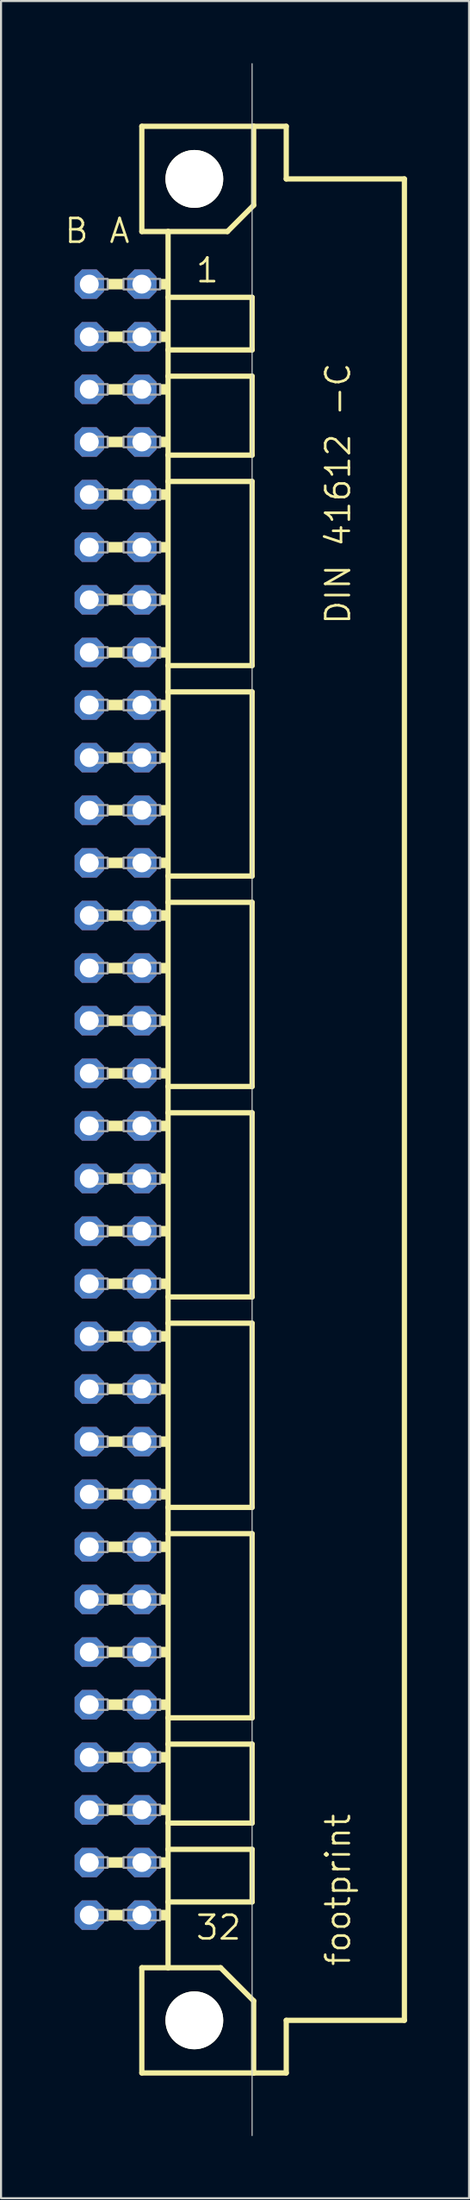
<source format=kicad_pcb>
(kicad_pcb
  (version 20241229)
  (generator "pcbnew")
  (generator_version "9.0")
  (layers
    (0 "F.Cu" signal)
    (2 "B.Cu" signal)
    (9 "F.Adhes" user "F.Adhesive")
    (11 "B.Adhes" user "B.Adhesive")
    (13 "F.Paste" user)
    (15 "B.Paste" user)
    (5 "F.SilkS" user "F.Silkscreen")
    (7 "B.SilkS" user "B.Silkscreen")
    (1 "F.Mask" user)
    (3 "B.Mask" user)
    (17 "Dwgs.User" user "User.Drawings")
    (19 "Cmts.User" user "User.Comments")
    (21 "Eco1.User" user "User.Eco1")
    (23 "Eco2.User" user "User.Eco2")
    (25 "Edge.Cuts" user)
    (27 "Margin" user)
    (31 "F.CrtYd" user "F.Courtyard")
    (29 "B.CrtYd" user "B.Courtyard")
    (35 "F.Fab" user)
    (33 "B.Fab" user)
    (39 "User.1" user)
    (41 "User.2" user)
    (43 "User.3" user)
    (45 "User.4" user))
  (footprint "footprint"
    (layer "F.Cu")
    (at 6.35 50.038)
    (property "Reference" "footprint" (at 7.62 41.91 90) (layer "F.SilkS") (effects (font (size 1.143 1.143) (thickness 0.127)) (justify left bottom)))
    (fp_line (start -2.54 -46.99) (end -2.54 -41.91) (stroke (width 0.254) (type solid)) (layer "F.SilkS"))
    (fp_line (start -2.54 -41.91) (end -1.27 -41.91) (stroke (width 0.254) (type solid)) (layer "F.SilkS"))
    (fp_line (start -2.54 41.91) (end -2.54 46.99) (stroke (width 0.254) (type solid)) (layer "F.SilkS"))
    (fp_line (start -2.54 41.91) (end -1.27 41.91) (stroke (width 0.254) (type solid)) (layer "F.SilkS"))
    (fp_line (start -2.54 46.99) (end 2.87 46.99) (stroke (width 0.254) (type solid)) (layer "F.SilkS"))
    (fp_line (start -1.27 -41.91) (end -1.27 -38.735) (stroke (width 0.254) (type solid)) (layer "F.SilkS"))
    (fp_line (start -1.27 -41.91) (end 1.6 -41.91) (stroke (width 0.254) (type solid)) (layer "F.SilkS"))
    (fp_line (start -1.27 -38.735) (end -1.27 -36.195) (stroke (width 0.254) (type solid)) (layer "F.SilkS"))
    (fp_line (start -1.27 -36.195) (end -1.27 -34.925) (stroke (width 0.254) (type solid)) (layer "F.SilkS"))
    (fp_line (start -1.27 -34.925) (end -1.27 -31.115) (stroke (width 0.254) (type solid)) (layer "F.SilkS"))
    (fp_line (start -1.27 -31.115) (end -1.27 -29.845) (stroke (width 0.254) (type solid)) (layer "F.SilkS"))
    (fp_line (start -1.27 -29.845) (end -1.27 -20.955) (stroke (width 0.254) (type solid)) (layer "F.SilkS"))
    (fp_line (start -1.27 -20.955) (end -1.27 -19.685) (stroke (width 0.254) (type solid)) (layer "F.SilkS"))
    (fp_line (start -1.27 -19.685) (end -1.27 -10.795) (stroke (width 0.254) (type solid)) (layer "F.SilkS"))
    (fp_line (start -1.27 -10.795) (end -1.27 -9.525) (stroke (width 0.254) (type solid)) (layer "F.SilkS"))
    (fp_line (start -1.27 -9.525) (end -1.27 -0.635) (stroke (width 0.254) (type solid)) (layer "F.SilkS"))
    (fp_line (start -1.27 -0.635) (end -1.27 0.635) (stroke (width 0.254) (type solid)) (layer "F.SilkS"))
    (fp_line (start -1.27 0.635) (end -1.27 9.525) (stroke (width 0.254) (type solid)) (layer "F.SilkS"))
    (fp_line (start -1.27 9.525) (end -1.27 10.795) (stroke (width 0.254) (type solid)) (layer "F.SilkS"))
    (fp_line (start -1.27 10.795) (end -1.27 19.685) (stroke (width 0.254) (type solid)) (layer "F.SilkS"))
    (fp_line (start -1.27 19.685) (end -1.27 20.955) (stroke (width 0.254) (type solid)) (layer "F.SilkS"))
    (fp_line (start -1.27 20.955) (end -1.27 29.845) (stroke (width 0.254) (type solid)) (layer "F.SilkS"))
    (fp_line (start -1.27 29.845) (end -1.27 31.115) (stroke (width 0.254) (type solid)) (layer "F.SilkS"))
    (fp_line (start -1.27 31.115) (end -1.27 34.925) (stroke (width 0.254) (type solid)) (layer "F.SilkS"))
    (fp_line (start -1.27 34.925) (end -1.27 36.195) (stroke (width 0.254) (type solid)) (layer "F.SilkS"))
    (fp_line (start -1.27 36.195) (end -1.27 38.735) (stroke (width 0.254) (type solid)) (layer "F.SilkS"))
    (fp_line (start -1.27 38.735) (end -1.27 41.91) (stroke (width 0.254) (type solid)) (layer "F.SilkS"))
    (fp_line (start -1.27 41.91) (end 1.27 41.91) (stroke (width 0.254) (type solid)) (layer "F.SilkS"))
    (fp_line (start 1.6 -41.91) (end 2.87 -43.18) (stroke (width 0.254) (type solid)) (layer "F.SilkS"))
    (fp_line (start 2.794 -38.735) (end -1.27 -38.735) (stroke (width 0.254) (type solid)) (layer "F.SilkS"))
    (fp_line (start 2.794 -38.735) (end 2.794 -36.195) (stroke (width 0.254) (type solid)) (layer "F.SilkS"))
    (fp_line (start 2.794 -36.195) (end -1.27 -36.195) (stroke (width 0.254) (type solid)) (layer "F.SilkS"))
    (fp_line (start 2.794 -34.925) (end -1.27 -34.925) (stroke (width 0.254) (type solid)) (layer "F.SilkS"))
    (fp_line (start 2.794 -34.925) (end 2.794 -31.115) (stroke (width 0.254) (type solid)) (layer "F.SilkS"))
    (fp_line (start 2.794 -31.115) (end -1.27 -31.115) (stroke (width 0.254) (type solid)) (layer "F.SilkS"))
    (fp_line (start 2.794 -29.845) (end -1.27 -29.845) (stroke (width 0.254) (type solid)) (layer "F.SilkS"))
    (fp_line (start 2.794 -29.845) (end 2.794 -20.955) (stroke (width 0.254) (type solid)) (layer "F.SilkS"))
    (fp_line (start 2.794 -20.955) (end -1.27 -20.955) (stroke (width 0.254) (type solid)) (layer "F.SilkS"))
    (fp_line (start 2.794 -19.685) (end -1.27 -19.685) (stroke (width 0.254) (type solid)) (layer "F.SilkS"))
    (fp_line (start 2.794 -19.685) (end 2.794 -10.795) (stroke (width 0.254) (type solid)) (layer "F.SilkS"))
    (fp_line (start 2.794 -10.795) (end -1.27 -10.795) (stroke (width 0.254) (type solid)) (layer "F.SilkS"))
    (fp_line (start 2.794 -9.525) (end -1.27 -9.525) (stroke (width 0.254) (type solid)) (layer "F.SilkS"))
    (fp_line (start 2.794 -9.525) (end 2.794 -0.635) (stroke (width 0.254) (type solid)) (layer "F.SilkS"))
    (fp_line (start 2.794 -0.635) (end -1.27 -0.635) (stroke (width 0.254) (type solid)) (layer "F.SilkS"))
    (fp_line (start 2.794 0.635) (end -1.27 0.635) (stroke (width 0.254) (type solid)) (layer "F.SilkS"))
    (fp_line (start 2.794 0.635) (end 2.794 9.525) (stroke (width 0.254) (type solid)) (layer "F.SilkS"))
    (fp_line (start 2.794 9.525) (end -1.27 9.525) (stroke (width 0.254) (type solid)) (layer "F.SilkS"))
    (fp_line (start 2.794 10.795) (end -1.27 10.795) (stroke (width 0.254) (type solid)) (layer "F.SilkS"))
    (fp_line (start 2.794 10.795) (end 2.794 19.685) (stroke (width 0.254) (type solid)) (layer "F.SilkS"))
    (fp_line (start 2.794 19.685) (end -1.27 19.685) (stroke (width 0.254) (type solid)) (layer "F.SilkS"))
    (fp_line (start 2.794 20.955) (end -1.27 20.955) (stroke (width 0.254) (type solid)) (layer "F.SilkS"))
    (fp_line (start 2.794 20.955) (end 2.794 29.845) (stroke (width 0.254) (type solid)) (layer "F.SilkS"))
    (fp_line (start 2.794 29.845) (end -1.27 29.845) (stroke (width 0.254) (type solid)) (layer "F.SilkS"))
    (fp_line (start 2.794 31.115) (end -1.27 31.115) (stroke (width 0.254) (type solid)) (layer "F.SilkS"))
    (fp_line (start 2.794 31.115) (end 2.794 34.925) (stroke (width 0.254) (type solid)) (layer "F.SilkS"))
    (fp_line (start 2.794 34.925) (end -1.27 34.925) (stroke (width 0.254) (type solid)) (layer "F.SilkS"))
    (fp_line (start 2.794 36.195) (end -1.27 36.195) (stroke (width 0.254) (type solid)) (layer "F.SilkS"))
    (fp_line (start 2.794 36.195) (end 2.794 38.735) (stroke (width 0.254) (type solid)) (layer "F.SilkS"))
    (fp_line (start 2.794 38.735) (end -1.27 38.735) (stroke (width 0.254) (type solid)) (layer "F.SilkS"))
    (fp_line (start 2.87 -46.99) (end -2.54 -46.99) (stroke (width 0.254) (type solid)) (layer "F.SilkS"))
    (fp_line (start 2.87 -43.18) (end 2.87 -46.99) (stroke (width 0.254) (type solid)) (layer "F.SilkS"))
    (fp_line (start 2.87 43.51) (end 1.27 41.91) (stroke (width 0.254) (type solid)) (layer "F.SilkS"))
    (fp_line (start 2.87 43.51) (end 2.87 46.99) (stroke (width 0.254) (type solid)) (layer "F.SilkS"))
    (fp_line (start 2.87 46.99) (end 4.445 46.99) (stroke (width 0.254) (type solid)) (layer "F.SilkS"))
    (fp_line (start 4.445 -46.99) (end 2.87 -46.99) (stroke (width 0.254) (type solid)) (layer "F.SilkS"))
    (fp_line (start 4.445 -44.45) (end 4.445 -46.99) (stroke (width 0.254) (type solid)) (layer "F.SilkS"))
    (fp_line (start 4.445 44.45) (end 10.16 44.45) (stroke (width 0.254) (type solid)) (layer "F.SilkS"))
    (fp_line (start 4.445 46.99) (end 4.445 44.45) (stroke (width 0.254) (type solid)) (layer "F.SilkS"))
    (fp_line (start 10.16 -44.45) (end 4.445 -44.45) (stroke (width 0.254) (type solid)) (layer "F.SilkS"))
    (fp_line (start 10.16 44.45) (end 10.16 -44.45) (stroke (width 0.254) (type solid)) (layer "F.SilkS"))
    (fp_circle (center 0 -44.45) (end 1.27 -44.45) (stroke (width 0.254) (type solid)) (fill no) (layer "F.SilkS"))
    (fp_circle (center 0 44.45) (end 1.27 44.45) (stroke (width 0.254) (type solid)) (fill no) (layer "F.SilkS"))
    (fp_poly (pts (xy -4.191 -39.116) (xy -3.429 -39.116) (xy -3.429 -39.624) (xy -4.191 -39.624)) (stroke (width 0) (type solid)) (fill yes) (layer "F.SilkS"))
    (fp_poly (pts (xy -4.191 -36.576) (xy -3.429 -36.576) (xy -3.429 -37.084) (xy -4.191 -37.084)) (stroke (width 0) (type solid)) (fill yes) (layer "F.SilkS"))
    (fp_poly (pts (xy -4.191 -34.036) (xy -3.429 -34.036) (xy -3.429 -34.544) (xy -4.191 -34.544)) (stroke (width 0) (type solid)) (fill yes) (layer "F.SilkS"))
    (fp_poly (pts (xy -4.191 -31.496) (xy -3.429 -31.496) (xy -3.429 -32.004) (xy -4.191 -32.004)) (stroke (width 0) (type solid)) (fill yes) (layer "F.SilkS"))
    (fp_poly (pts (xy -4.191 -28.956) (xy -3.429 -28.956) (xy -3.429 -29.464) (xy -4.191 -29.464)) (stroke (width 0) (type solid)) (fill yes) (layer "F.SilkS"))
    (fp_poly (pts (xy -4.191 -26.416) (xy -3.429 -26.416) (xy -3.429 -26.924) (xy -4.191 -26.924)) (stroke (width 0) (type solid)) (fill yes) (layer "F.SilkS"))
    (fp_poly (pts (xy -4.191 -23.876) (xy -3.429 -23.876) (xy -3.429 -24.384) (xy -4.191 -24.384)) (stroke (width 0) (type solid)) (fill yes) (layer "F.SilkS"))
    (fp_poly (pts (xy -4.191 -21.336) (xy -3.429 -21.336) (xy -3.429 -21.844) (xy -4.191 -21.844)) (stroke (width 0) (type solid)) (fill yes) (layer "F.SilkS"))
    (fp_poly (pts (xy -4.191 -18.796) (xy -3.429 -18.796) (xy -3.429 -19.304) (xy -4.191 -19.304)) (stroke (width 0) (type solid)) (fill yes) (layer "F.SilkS"))
    (fp_poly (pts (xy -4.191 -16.256) (xy -3.429 -16.256) (xy -3.429 -16.764) (xy -4.191 -16.764)) (stroke (width 0) (type solid)) (fill yes) (layer "F.SilkS"))
    (fp_poly (pts (xy -4.191 -13.716) (xy -3.429 -13.716) (xy -3.429 -14.224) (xy -4.191 -14.224)) (stroke (width 0) (type solid)) (fill yes) (layer "F.SilkS"))
    (fp_poly (pts (xy -4.191 -11.176) (xy -3.429 -11.176) (xy -3.429 -11.684) (xy -4.191 -11.684)) (stroke (width 0) (type solid)) (fill yes) (layer "F.SilkS"))
    (fp_poly (pts (xy -4.191 -8.636) (xy -3.429 -8.636) (xy -3.429 -9.144) (xy -4.191 -9.144)) (stroke (width 0) (type solid)) (fill yes) (layer "F.SilkS"))
    (fp_poly (pts (xy -4.191 -6.096) (xy -3.429 -6.096) (xy -3.429 -6.604) (xy -4.191 -6.604)) (stroke (width 0) (type solid)) (fill yes) (layer "F.SilkS"))
    (fp_poly (pts (xy -4.191 -3.556) (xy -3.429 -3.556) (xy -3.429 -4.064) (xy -4.191 -4.064)) (stroke (width 0) (type solid)) (fill yes) (layer "F.SilkS"))
    (fp_poly (pts (xy -4.191 -1.016) (xy -3.429 -1.016) (xy -3.429 -1.524) (xy -4.191 -1.524)) (stroke (width 0) (type solid)) (fill yes) (layer "F.SilkS"))
    (fp_poly (pts (xy -4.191 1.524) (xy -3.429 1.524) (xy -3.429 1.016) (xy -4.191 1.016)) (stroke (width 0) (type solid)) (fill yes) (layer "F.SilkS"))
    (fp_poly (pts (xy -4.191 4.064) (xy -3.429 4.064) (xy -3.429 3.556) (xy -4.191 3.556)) (stroke (width 0) (type solid)) (fill yes) (layer "F.SilkS"))
    (fp_poly (pts (xy -4.191 6.604) (xy -3.429 6.604) (xy -3.429 6.096) (xy -4.191 6.096)) (stroke (width 0) (type solid)) (fill yes) (layer "F.SilkS"))
    (fp_poly (pts (xy -4.191 9.144) (xy -3.429 9.144) (xy -3.429 8.636) (xy -4.191 8.636)) (stroke (width 0) (type solid)) (fill yes) (layer "F.SilkS"))
    (fp_poly (pts (xy -4.191 11.684) (xy -3.429 11.684) (xy -3.429 11.176) (xy -4.191 11.176)) (stroke (width 0) (type solid)) (fill yes) (layer "F.SilkS"))
    (fp_poly (pts (xy -4.191 14.224) (xy -3.429 14.224) (xy -3.429 13.716) (xy -4.191 13.716)) (stroke (width 0) (type solid)) (fill yes) (layer "F.SilkS"))
    (fp_poly (pts (xy -4.191 16.764) (xy -3.429 16.764) (xy -3.429 16.256) (xy -4.191 16.256)) (stroke (width 0) (type solid)) (fill yes) (layer "F.SilkS"))
    (fp_poly (pts (xy -4.191 19.304) (xy -3.429 19.304) (xy -3.429 18.796) (xy -4.191 18.796)) (stroke (width 0) (type solid)) (fill yes) (layer "F.SilkS"))
    (fp_poly (pts (xy -4.191 21.844) (xy -3.429 21.844) (xy -3.429 21.336) (xy -4.191 21.336)) (stroke (width 0) (type solid)) (fill yes) (layer "F.SilkS"))
    (fp_poly (pts (xy -4.191 24.384) (xy -3.429 24.384) (xy -3.429 23.876) (xy -4.191 23.876)) (stroke (width 0) (type solid)) (fill yes) (layer "F.SilkS"))
    (fp_poly (pts (xy -4.191 26.924) (xy -3.429 26.924) (xy -3.429 26.416) (xy -4.191 26.416)) (stroke (width 0) (type solid)) (fill yes) (layer "F.SilkS"))
    (fp_poly (pts (xy -4.191 29.464) (xy -3.429 29.464) (xy -3.429 28.956) (xy -4.191 28.956)) (stroke (width 0) (type solid)) (fill yes) (layer "F.SilkS"))
    (fp_poly (pts (xy -4.191 32.004) (xy -3.429 32.004) (xy -3.429 31.496) (xy -4.191 31.496)) (stroke (width 0) (type solid)) (fill yes) (layer "F.SilkS"))
    (fp_poly (pts (xy -4.191 34.544) (xy -3.429 34.544) (xy -3.429 34.036) (xy -4.191 34.036)) (stroke (width 0) (type solid)) (fill yes) (layer "F.SilkS"))
    (fp_poly (pts (xy -4.191 37.084) (xy -3.429 37.084) (xy -3.429 36.576) (xy -4.191 36.576)) (stroke (width 0) (type solid)) (fill yes) (layer "F.SilkS"))
    (fp_poly (pts (xy -4.191 39.624) (xy -3.429 39.624) (xy -3.429 39.116) (xy -4.191 39.116)) (stroke (width 0) (type solid)) (fill yes) (layer "F.SilkS"))
    (fp_poly (pts (xy -1.651 -39.116) (xy -1.27 -39.116) (xy -1.27 -39.624) (xy -1.651 -39.624)) (stroke (width 0) (type solid)) (fill yes) (layer "F.SilkS"))
    (fp_poly (pts (xy -1.651 -36.576) (xy -1.27 -36.576) (xy -1.27 -37.084) (xy -1.651 -37.084)) (stroke (width 0) (type solid)) (fill yes) (layer "F.SilkS"))
    (fp_poly (pts (xy -1.651 -34.036) (xy -1.27 -34.036) (xy -1.27 -34.544) (xy -1.651 -34.544)) (stroke (width 0) (type solid)) (fill yes) (layer "F.SilkS"))
    (fp_poly (pts (xy -1.651 -31.496) (xy -1.27 -31.496) (xy -1.27 -32.004) (xy -1.651 -32.004)) (stroke (width 0) (type solid)) (fill yes) (layer "F.SilkS"))
    (fp_poly (pts (xy -1.651 -28.956) (xy -1.27 -28.956) (xy -1.27 -29.464) (xy -1.651 -29.464)) (stroke (width 0) (type solid)) (fill yes) (layer "F.SilkS"))
    (fp_poly (pts (xy -1.651 -26.416) (xy -1.27 -26.416) (xy -1.27 -26.924) (xy -1.651 -26.924)) (stroke (width 0) (type solid)) (fill yes) (layer "F.SilkS"))
    (fp_poly (pts (xy -1.651 -23.876) (xy -1.27 -23.876) (xy -1.27 -24.384) (xy -1.651 -24.384)) (stroke (width 0) (type solid)) (fill yes) (layer "F.SilkS"))
    (fp_poly (pts (xy -1.651 -21.336) (xy -1.27 -21.336) (xy -1.27 -21.844) (xy -1.651 -21.844)) (stroke (width 0) (type solid)) (fill yes) (layer "F.SilkS"))
    (fp_poly (pts (xy -1.651 -18.796) (xy -1.27 -18.796) (xy -1.27 -19.304) (xy -1.651 -19.304)) (stroke (width 0) (type solid)) (fill yes) (layer "F.SilkS"))
    (fp_poly (pts (xy -1.651 -16.256) (xy -1.27 -16.256) (xy -1.27 -16.764) (xy -1.651 -16.764)) (stroke (width 0) (type solid)) (fill yes) (layer "F.SilkS"))
    (fp_poly (pts (xy -1.651 -13.716) (xy -1.27 -13.716) (xy -1.27 -14.224) (xy -1.651 -14.224)) (stroke (width 0) (type solid)) (fill yes) (layer "F.SilkS"))
    (fp_poly (pts (xy -1.651 -11.176) (xy -1.27 -11.176) (xy -1.27 -11.684) (xy -1.651 -11.684)) (stroke (width 0) (type solid)) (fill yes) (layer "F.SilkS"))
    (fp_poly (pts (xy -1.651 -8.636) (xy -1.27 -8.636) (xy -1.27 -9.144) (xy -1.651 -9.144)) (stroke (width 0) (type solid)) (fill yes) (layer "F.SilkS"))
    (fp_poly (pts (xy -1.651 -6.096) (xy -1.27 -6.096) (xy -1.27 -6.604) (xy -1.651 -6.604)) (stroke (width 0) (type solid)) (fill yes) (layer "F.SilkS"))
    (fp_poly (pts (xy -1.651 -3.556) (xy -1.27 -3.556) (xy -1.27 -4.064) (xy -1.651 -4.064)) (stroke (width 0) (type solid)) (fill yes) (layer "F.SilkS"))
    (fp_poly (pts (xy -1.651 -1.016) (xy -1.27 -1.016) (xy -1.27 -1.524) (xy -1.651 -1.524)) (stroke (width 0) (type solid)) (fill yes) (layer "F.SilkS"))
    (fp_poly (pts (xy -1.651 1.524) (xy -1.27 1.524) (xy -1.27 1.016) (xy -1.651 1.016)) (stroke (width 0) (type solid)) (fill yes) (layer "F.SilkS"))
    (fp_poly (pts (xy -1.651 4.064) (xy -1.27 4.064) (xy -1.27 3.556) (xy -1.651 3.556)) (stroke (width 0) (type solid)) (fill yes) (layer "F.SilkS"))
    (fp_poly (pts (xy -1.651 6.604) (xy -1.27 6.604) (xy -1.27 6.096) (xy -1.651 6.096)) (stroke (width 0) (type solid)) (fill yes) (layer "F.SilkS"))
    (fp_poly (pts (xy -1.651 9.144) (xy -1.27 9.144) (xy -1.27 8.636) (xy -1.651 8.636)) (stroke (width 0) (type solid)) (fill yes) (layer "F.SilkS"))
    (fp_poly (pts (xy -1.651 11.684) (xy -1.27 11.684) (xy -1.27 11.176) (xy -1.651 11.176)) (stroke (width 0) (type solid)) (fill yes) (layer "F.SilkS"))
    (fp_poly (pts (xy -1.651 14.224) (xy -1.27 14.224) (xy -1.27 13.716) (xy -1.651 13.716)) (stroke (width 0) (type solid)) (fill yes) (layer "F.SilkS"))
    (fp_poly (pts (xy -1.651 16.764) (xy -1.27 16.764) (xy -1.27 16.256) (xy -1.651 16.256)) (stroke (width 0) (type solid)) (fill yes) (layer "F.SilkS"))
    (fp_poly (pts (xy -1.651 19.304) (xy -1.27 19.304) (xy -1.27 18.796) (xy -1.651 18.796)) (stroke (width 0) (type solid)) (fill yes) (layer "F.SilkS"))
    (fp_poly (pts (xy -1.651 21.844) (xy -1.27 21.844) (xy -1.27 21.336) (xy -1.651 21.336)) (stroke (width 0) (type solid)) (fill yes) (layer "F.SilkS"))
    (fp_poly (pts (xy -1.651 24.384) (xy -1.27 24.384) (xy -1.27 23.876) (xy -1.651 23.876)) (stroke (width 0) (type solid)) (fill yes) (layer "F.SilkS"))
    (fp_poly (pts (xy -1.651 26.924) (xy -1.27 26.924) (xy -1.27 26.416) (xy -1.651 26.416)) (stroke (width 0) (type solid)) (fill yes) (layer "F.SilkS"))
    (fp_poly (pts (xy -1.651 29.464) (xy -1.27 29.464) (xy -1.27 28.956) (xy -1.651 28.956)) (stroke (width 0) (type solid)) (fill yes) (layer "F.SilkS"))
    (fp_poly (pts (xy -1.651 32.004) (xy -1.27 32.004) (xy -1.27 31.496) (xy -1.651 31.496)) (stroke (width 0) (type solid)) (fill yes) (layer "F.SilkS"))
    (fp_poly (pts (xy -1.651 34.544) (xy -1.27 34.544) (xy -1.27 34.036) (xy -1.651 34.036)) (stroke (width 0) (type solid)) (fill yes) (layer "F.SilkS"))
    (fp_poly (pts (xy -1.651 37.084) (xy -1.27 37.084) (xy -1.27 36.576) (xy -1.651 36.576)) (stroke (width 0) (type solid)) (fill yes) (layer "F.SilkS"))
    (fp_poly (pts (xy -1.651 39.624) (xy -1.27 39.624) (xy -1.27 39.116) (xy -1.651 39.116)) (stroke (width 0) (type solid)) (fill yes) (layer "F.SilkS"))
    (fp_line (start 2.794 50.013) (end 2.794 -50.013) (stroke (width 0.05) (type solid)) (layer "Edge.Cuts"))
    (fp_poly (pts (xy -5.334 -39.116) (xy -4.191 -39.116) (xy -4.191 -39.624) (xy -5.334 -39.624)) (stroke (width 0.1) (type solid)) (fill no) (layer "F.Fab"))
    (fp_poly (pts (xy -5.334 -36.576) (xy -4.191 -36.576) (xy -4.191 -37.084) (xy -5.334 -37.084)) (stroke (width 0.1) (type solid)) (fill no) (layer "F.Fab"))
    (fp_poly (pts (xy -5.334 -34.036) (xy -4.191 -34.036) (xy -4.191 -34.544) (xy -5.334 -34.544)) (stroke (width 0.1) (type solid)) (fill no) (layer "F.Fab"))
    (fp_poly (pts (xy -5.334 -31.496) (xy -4.191 -31.496) (xy -4.191 -32.004) (xy -5.334 -32.004)) (stroke (width 0.1) (type solid)) (fill no) (layer "F.Fab"))
    (fp_poly (pts (xy -5.334 -28.956) (xy -4.191 -28.956) (xy -4.191 -29.464) (xy -5.334 -29.464)) (stroke (width 0.1) (type solid)) (fill no) (layer "F.Fab"))
    (fp_poly (pts (xy -5.334 -26.416) (xy -4.191 -26.416) (xy -4.191 -26.924) (xy -5.334 -26.924)) (stroke (width 0.1) (type solid)) (fill no) (layer "F.Fab"))
    (fp_poly (pts (xy -5.334 -23.876) (xy -4.191 -23.876) (xy -4.191 -24.384) (xy -5.334 -24.384)) (stroke (width 0.1) (type solid)) (fill no) (layer "F.Fab"))
    (fp_poly (pts (xy -5.334 -21.336) (xy -4.191 -21.336) (xy -4.191 -21.844) (xy -5.334 -21.844)) (stroke (width 0.1) (type solid)) (fill no) (layer "F.Fab"))
    (fp_poly (pts (xy -5.334 -18.796) (xy -4.191 -18.796) (xy -4.191 -19.304) (xy -5.334 -19.304)) (stroke (width 0.1) (type solid)) (fill no) (layer "F.Fab"))
    (fp_poly (pts (xy -5.334 -16.256) (xy -4.191 -16.256) (xy -4.191 -16.764) (xy -5.334 -16.764)) (stroke (width 0.1) (type solid)) (fill no) (layer "F.Fab"))
    (fp_poly (pts (xy -5.334 -13.716) (xy -4.191 -13.716) (xy -4.191 -14.224) (xy -5.334 -14.224)) (stroke (width 0.1) (type solid)) (fill no) (layer "F.Fab"))
    (fp_poly (pts (xy -5.334 -11.176) (xy -4.191 -11.176) (xy -4.191 -11.684) (xy -5.334 -11.684)) (stroke (width 0.1) (type solid)) (fill no) (layer "F.Fab"))
    (fp_poly (pts (xy -5.334 -8.636) (xy -4.191 -8.636) (xy -4.191 -9.144) (xy -5.334 -9.144)) (stroke (width 0.1) (type solid)) (fill no) (layer "F.Fab"))
    (fp_poly (pts (xy -5.334 -6.096) (xy -4.191 -6.096) (xy -4.191 -6.604) (xy -5.334 -6.604)) (stroke (width 0.1) (type solid)) (fill no) (layer "F.Fab"))
    (fp_poly (pts (xy -5.334 -3.556) (xy -4.191 -3.556) (xy -4.191 -4.064) (xy -5.334 -4.064)) (stroke (width 0.1) (type solid)) (fill no) (layer "F.Fab"))
    (fp_poly (pts (xy -5.334 -1.016) (xy -4.191 -1.016) (xy -4.191 -1.524) (xy -5.334 -1.524)) (stroke (width 0.1) (type solid)) (fill no) (layer "F.Fab"))
    (fp_poly (pts (xy -5.334 1.524) (xy -4.191 1.524) (xy -4.191 1.016) (xy -5.334 1.016)) (stroke (width 0.1) (type solid)) (fill no) (layer "F.Fab"))
    (fp_poly (pts (xy -5.334 4.064) (xy -4.191 4.064) (xy -4.191 3.556) (xy -5.334 3.556)) (stroke (width 0.1) (type solid)) (fill no) (layer "F.Fab"))
    (fp_poly (pts (xy -5.334 6.604) (xy -4.191 6.604) (xy -4.191 6.096) (xy -5.334 6.096)) (stroke (width 0.1) (type solid)) (fill no) (layer "F.Fab"))
    (fp_poly (pts (xy -5.334 9.144) (xy -4.191 9.144) (xy -4.191 8.636) (xy -5.334 8.636)) (stroke (width 0.1) (type solid)) (fill no) (layer "F.Fab"))
    (fp_poly (pts (xy -5.334 11.684) (xy -4.191 11.684) (xy -4.191 11.176) (xy -5.334 11.176)) (stroke (width 0.1) (type solid)) (fill no) (layer "F.Fab"))
    (fp_poly (pts (xy -5.334 14.224) (xy -4.191 14.224) (xy -4.191 13.716) (xy -5.334 13.716)) (stroke (width 0.1) (type solid)) (fill no) (layer "F.Fab"))
    (fp_poly (pts (xy -5.334 16.764) (xy -4.191 16.764) (xy -4.191 16.256) (xy -5.334 16.256)) (stroke (width 0.1) (type solid)) (fill no) (layer "F.Fab"))
    (fp_poly (pts (xy -5.334 19.304) (xy -4.191 19.304) (xy -4.191 18.796) (xy -5.334 18.796)) (stroke (width 0.1) (type solid)) (fill no) (layer "F.Fab"))
    (fp_poly (pts (xy -5.334 21.844) (xy -4.191 21.844) (xy -4.191 21.336) (xy -5.334 21.336)) (stroke (width 0.1) (type solid)) (fill no) (layer "F.Fab"))
    (fp_poly (pts (xy -5.334 24.384) (xy -4.191 24.384) (xy -4.191 23.876) (xy -5.334 23.876)) (stroke (width 0.1) (type solid)) (fill no) (layer "F.Fab"))
    (fp_poly (pts (xy -5.334 26.924) (xy -4.191 26.924) (xy -4.191 26.416) (xy -5.334 26.416)) (stroke (width 0.1) (type solid)) (fill no) (layer "F.Fab"))
    (fp_poly (pts (xy -5.334 29.464) (xy -4.191 29.464) (xy -4.191 28.956) (xy -5.334 28.956)) (stroke (width 0.1) (type solid)) (fill no) (layer "F.Fab"))
    (fp_poly (pts (xy -5.334 32.004) (xy -4.191 32.004) (xy -4.191 31.496) (xy -5.334 31.496)) (stroke (width 0.1) (type solid)) (fill no) (layer "F.Fab"))
    (fp_poly (pts (xy -5.334 34.544) (xy -4.191 34.544) (xy -4.191 34.036) (xy -5.334 34.036)) (stroke (width 0.1) (type solid)) (fill no) (layer "F.Fab"))
    (fp_poly (pts (xy -5.334 37.084) (xy -4.191 37.084) (xy -4.191 36.576) (xy -5.334 36.576)) (stroke (width 0.1) (type solid)) (fill no) (layer "F.Fab"))
    (fp_poly (pts (xy -5.334 39.624) (xy -4.191 39.624) (xy -4.191 39.116) (xy -5.334 39.116)) (stroke (width 0.1) (type solid)) (fill no) (layer "F.Fab"))
    (fp_poly (pts (xy -3.429 -39.116) (xy -1.651 -39.116) (xy -1.651 -39.624) (xy -3.429 -39.624)) (stroke (width 0.1) (type solid)) (fill no) (layer "F.Fab"))
    (fp_poly (pts (xy -3.429 -36.576) (xy -1.651 -36.576) (xy -1.651 -37.084) (xy -3.429 -37.084)) (stroke (width 0.1) (type solid)) (fill no) (layer "F.Fab"))
    (fp_poly (pts (xy -3.429 -34.036) (xy -1.651 -34.036) (xy -1.651 -34.544) (xy -3.429 -34.544)) (stroke (width 0.1) (type solid)) (fill no) (layer "F.Fab"))
    (fp_poly (pts (xy -3.429 -31.496) (xy -1.651 -31.496) (xy -1.651 -32.004) (xy -3.429 -32.004)) (stroke (width 0.1) (type solid)) (fill no) (layer "F.Fab"))
    (fp_poly (pts (xy -3.429 -28.956) (xy -1.651 -28.956) (xy -1.651 -29.464) (xy -3.429 -29.464)) (stroke (width 0.1) (type solid)) (fill no) (layer "F.Fab"))
    (fp_poly (pts (xy -3.429 -26.416) (xy -1.651 -26.416) (xy -1.651 -26.924) (xy -3.429 -26.924)) (stroke (width 0.1) (type solid)) (fill no) (layer "F.Fab"))
    (fp_poly (pts (xy -3.429 -23.876) (xy -1.651 -23.876) (xy -1.651 -24.384) (xy -3.429 -24.384)) (stroke (width 0.1) (type solid)) (fill no) (layer "F.Fab"))
    (fp_poly (pts (xy -3.429 -21.336) (xy -1.651 -21.336) (xy -1.651 -21.844) (xy -3.429 -21.844)) (stroke (width 0.1) (type solid)) (fill no) (layer "F.Fab"))
    (fp_poly (pts (xy -3.429 -18.796) (xy -1.651 -18.796) (xy -1.651 -19.304) (xy -3.429 -19.304)) (stroke (width 0.1) (type solid)) (fill no) (layer "F.Fab"))
    (fp_poly (pts (xy -3.429 -16.256) (xy -1.651 -16.256) (xy -1.651 -16.764) (xy -3.429 -16.764)) (stroke (width 0.1) (type solid)) (fill no) (layer "F.Fab"))
    (fp_poly (pts (xy -3.429 -13.716) (xy -1.651 -13.716) (xy -1.651 -14.224) (xy -3.429 -14.224)) (stroke (width 0.1) (type solid)) (fill no) (layer "F.Fab"))
    (fp_poly (pts (xy -3.429 -11.176) (xy -1.651 -11.176) (xy -1.651 -11.684) (xy -3.429 -11.684)) (stroke (width 0.1) (type solid)) (fill no) (layer "F.Fab"))
    (fp_poly (pts (xy -3.429 -8.636) (xy -1.651 -8.636) (xy -1.651 -9.144) (xy -3.429 -9.144)) (stroke (width 0.1) (type solid)) (fill no) (layer "F.Fab"))
    (fp_poly (pts (xy -3.429 -6.096) (xy -1.651 -6.096) (xy -1.651 -6.604) (xy -3.429 -6.604)) (stroke (width 0.1) (type solid)) (fill no) (layer "F.Fab"))
    (fp_poly (pts (xy -3.429 -3.556) (xy -1.651 -3.556) (xy -1.651 -4.064) (xy -3.429 -4.064)) (stroke (width 0.1) (type solid)) (fill no) (layer "F.Fab"))
    (fp_poly (pts (xy -3.429 -1.016) (xy -1.651 -1.016) (xy -1.651 -1.524) (xy -3.429 -1.524)) (stroke (width 0.1) (type solid)) (fill no) (layer "F.Fab"))
    (fp_poly (pts (xy -3.429 1.524) (xy -1.651 1.524) (xy -1.651 1.016) (xy -3.429 1.016)) (stroke (width 0.1) (type solid)) (fill no) (layer "F.Fab"))
    (fp_poly (pts (xy -3.429 4.064) (xy -1.651 4.064) (xy -1.651 3.556) (xy -3.429 3.556)) (stroke (width 0.1) (type solid)) (fill no) (layer "F.Fab"))
    (fp_poly (pts (xy -3.429 6.604) (xy -1.651 6.604) (xy -1.651 6.096) (xy -3.429 6.096)) (stroke (width 0.1) (type solid)) (fill no) (layer "F.Fab"))
    (fp_poly (pts (xy -3.429 9.144) (xy -1.651 9.144) (xy -1.651 8.636) (xy -3.429 8.636)) (stroke (width 0.1) (type solid)) (fill no) (layer "F.Fab"))
    (fp_poly (pts (xy -3.429 11.684) (xy -1.651 11.684) (xy -1.651 11.176) (xy -3.429 11.176)) (stroke (width 0.1) (type solid)) (fill no) (layer "F.Fab"))
    (fp_poly (pts (xy -3.429 14.224) (xy -1.651 14.224) (xy -1.651 13.716) (xy -3.429 13.716)) (stroke (width 0.1) (type solid)) (fill no) (layer "F.Fab"))
    (fp_poly (pts (xy -3.429 16.764) (xy -1.651 16.764) (xy -1.651 16.256) (xy -3.429 16.256)) (stroke (width 0.1) (type solid)) (fill no) (layer "F.Fab"))
    (fp_poly (pts (xy -3.429 19.304) (xy -1.651 19.304) (xy -1.651 18.796) (xy -3.429 18.796)) (stroke (width 0.1) (type solid)) (fill no) (layer "F.Fab"))
    (fp_poly (pts (xy -3.429 21.844) (xy -1.651 21.844) (xy -1.651 21.336) (xy -3.429 21.336)) (stroke (width 0.1) (type solid)) (fill no) (layer "F.Fab"))
    (fp_poly (pts (xy -3.429 24.384) (xy -1.651 24.384) (xy -1.651 23.876) (xy -3.429 23.876)) (stroke (width 0.1) (type solid)) (fill no) (layer "F.Fab"))
    (fp_poly (pts (xy -3.429 26.924) (xy -1.651 26.924) (xy -1.651 26.416) (xy -3.429 26.416)) (stroke (width 0.1) (type solid)) (fill no) (layer "F.Fab"))
    (fp_poly (pts (xy -3.429 29.464) (xy -1.651 29.464) (xy -1.651 28.956) (xy -3.429 28.956)) (stroke (width 0.1) (type solid)) (fill no) (layer "F.Fab"))
    (fp_poly (pts (xy -3.429 32.004) (xy -1.651 32.004) (xy -1.651 31.496) (xy -3.429 31.496)) (stroke (width 0.1) (type solid)) (fill no) (layer "F.Fab"))
    (fp_poly (pts (xy -3.429 34.544) (xy -1.651 34.544) (xy -1.651 34.036) (xy -3.429 34.036)) (stroke (width 0.1) (type solid)) (fill no) (layer "F.Fab"))
    (fp_poly (pts (xy -3.429 37.084) (xy -1.651 37.084) (xy -1.651 36.576) (xy -3.429 36.576)) (stroke (width 0.1) (type solid)) (fill no) (layer "F.Fab"))
    (fp_poly (pts (xy -3.429 39.624) (xy -1.651 39.624) (xy -1.651 39.116) (xy -3.429 39.116)) (stroke (width 0.1) (type solid)) (fill no) (layer "F.Fab"))
    (fp_text user "32" (at 0 40.64 0) (layer "F.SilkS") (effects (font (size 1.143 1.143) (thickness 0.127)) (justify left bottom)))
    (fp_text user "A" (at -4.191 -41.275 0) (layer "F.SilkS") (effects (font (size 1.143 1.143) (thickness 0.127)) (justify left bottom)))
    (fp_text user "B" (at -6.35 -41.275 0) (layer "F.SilkS") (effects (font (size 1.143 1.143) (thickness 0.127)) (justify left bottom)))
    (fp_text user "1" (at 0 -39.37 0) (layer "F.SilkS") (effects (font (size 1.143 1.143) (thickness 0.127)) (justify left bottom)))
    (fp_text user "DIN 41612 -C" (at 7.62 -22.86 90) (layer "F.SilkS") (effects (font (size 1.143 1.143) (thickness 0.127)) (justify left bottom)))
    (pad "" np_thru_hole circle (at 0 -44.45) (size 2.794 2.794) (drill 2.794) (layers "*.Cu" "*.Mask"))
    (pad "" np_thru_hole circle (at 0 44.45) (size 2.794 2.794) (drill 2.794) (layers "*.Cu" "*.Mask"))
    (pad "A1" thru_hole roundrect (at -2.54 -39.37) (size 1.422 1.422) (drill 0.914) (layers "*.Cu" "*.Mask") (roundrect_rratio 0.25) (chamfer_ratio 0.25) (chamfer top_left top_right bottom_left bottom_right))
    (pad "A2" thru_hole roundrect (at -2.54 -36.83) (size 1.422 1.422) (drill 0.914) (layers "*.Cu" "*.Mask") (roundrect_rratio 0.25) (chamfer_ratio 0.25) (chamfer top_left top_right bottom_left bottom_right))
    (pad "A3" thru_hole roundrect (at -2.54 -34.29) (size 1.422 1.422) (drill 0.914) (layers "*.Cu" "*.Mask") (roundrect_rratio 0.25) (chamfer_ratio 0.25) (chamfer top_left top_right bottom_left bottom_right))
    (pad "A4" thru_hole roundrect (at -2.54 -31.75) (size 1.422 1.422) (drill 0.914) (layers "*.Cu" "*.Mask") (roundrect_rratio 0.25) (chamfer_ratio 0.25) (chamfer top_left top_right bottom_left bottom_right))
    (pad "A5" thru_hole roundrect (at -2.54 -29.21) (size 1.422 1.422) (drill 0.914) (layers "*.Cu" "*.Mask") (roundrect_rratio 0.25) (chamfer_ratio 0.25) (chamfer top_left top_right bottom_left bottom_right))
    (pad "A6" thru_hole roundrect (at -2.54 -26.67) (size 1.422 1.422) (drill 0.914) (layers "*.Cu" "*.Mask") (roundrect_rratio 0.25) (chamfer_ratio 0.25) (chamfer top_left top_right bottom_left bottom_right))
    (pad "A7" thru_hole roundrect (at -2.54 -24.13) (size 1.422 1.422) (drill 0.914) (layers "*.Cu" "*.Mask") (roundrect_rratio 0.25) (chamfer_ratio 0.25) (chamfer top_left top_right bottom_left bottom_right))
    (pad "A8" thru_hole roundrect (at -2.54 -21.59) (size 1.422 1.422) (drill 0.914) (layers "*.Cu" "*.Mask") (roundrect_rratio 0.25) (chamfer_ratio 0.25) (chamfer top_left top_right bottom_left bottom_right))
    (pad "A9" thru_hole roundrect (at -2.54 -19.05) (size 1.422 1.422) (drill 0.914) (layers "*.Cu" "*.Mask") (roundrect_rratio 0.25) (chamfer_ratio 0.25) (chamfer top_left top_right bottom_left bottom_right))
    (pad "A10" thru_hole roundrect (at -2.54 -16.51) (size 1.422 1.422) (drill 0.914) (layers "*.Cu" "*.Mask") (roundrect_rratio 0.25) (chamfer_ratio 0.25) (chamfer top_left top_right bottom_left bottom_right))
    (pad "A11" thru_hole roundrect (at -2.54 -13.97) (size 1.422 1.422) (drill 0.914) (layers "*.Cu" "*.Mask") (roundrect_rratio 0.25) (chamfer_ratio 0.25) (chamfer top_left top_right bottom_left bottom_right))
    (pad "A12" thru_hole roundrect (at -2.54 -11.43) (size 1.422 1.422) (drill 0.914) (layers "*.Cu" "*.Mask") (roundrect_rratio 0.25) (chamfer_ratio 0.25) (chamfer top_left top_right bottom_left bottom_right))
    (pad "A13" thru_hole roundrect (at -2.54 -8.89) (size 1.422 1.422) (drill 0.914) (layers "*.Cu" "*.Mask") (roundrect_rratio 0.25) (chamfer_ratio 0.25) (chamfer top_left top_right bottom_left bottom_right))
    (pad "A14" thru_hole roundrect (at -2.54 -6.35) (size 1.422 1.422) (drill 0.914) (layers "*.Cu" "*.Mask") (roundrect_rratio 0.25) (chamfer_ratio 0.25) (chamfer top_left top_right bottom_left bottom_right))
    (pad "A15" thru_hole roundrect (at -2.54 -3.81) (size 1.422 1.422) (drill 0.914) (layers "*.Cu" "*.Mask") (roundrect_rratio 0.25) (chamfer_ratio 0.25) (chamfer top_left top_right bottom_left bottom_right))
    (pad "A16" thru_hole roundrect (at -2.54 -1.27) (size 1.422 1.422) (drill 0.914) (layers "*.Cu" "*.Mask") (roundrect_rratio 0.25) (chamfer_ratio 0.25) (chamfer top_left top_right bottom_left bottom_right))
    (pad "A17" thru_hole roundrect (at -2.54 1.27) (size 1.422 1.422) (drill 0.914) (layers "*.Cu" "*.Mask") (roundrect_rratio 0.25) (chamfer_ratio 0.25) (chamfer top_left top_right bottom_left bottom_right))
    (pad "A18" thru_hole roundrect (at -2.54 3.81) (size 1.422 1.422) (drill 0.914) (layers "*.Cu" "*.Mask") (roundrect_rratio 0.25) (chamfer_ratio 0.25) (chamfer top_left top_right bottom_left bottom_right))
    (pad "A19" thru_hole roundrect (at -2.54 6.35) (size 1.422 1.422) (drill 0.914) (layers "*.Cu" "*.Mask") (roundrect_rratio 0.25) (chamfer_ratio 0.25) (chamfer top_left top_right bottom_left bottom_right))
    (pad "A20" thru_hole roundrect (at -2.54 8.89) (size 1.422 1.422) (drill 0.914) (layers "*.Cu" "*.Mask") (roundrect_rratio 0.25) (chamfer_ratio 0.25) (chamfer top_left top_right bottom_left bottom_right))
    (pad "A21" thru_hole roundrect (at -2.54 11.43) (size 1.422 1.422) (drill 0.914) (layers "*.Cu" "*.Mask") (roundrect_rratio 0.25) (chamfer_ratio 0.25) (chamfer top_left top_right bottom_left bottom_right))
    (pad "A22" thru_hole roundrect (at -2.54 13.97) (size 1.422 1.422) (drill 0.914) (layers "*.Cu" "*.Mask") (roundrect_rratio 0.25) (chamfer_ratio 0.25) (chamfer top_left top_right bottom_left bottom_right))
    (pad "A23" thru_hole roundrect (at -2.54 16.51) (size 1.422 1.422) (drill 0.914) (layers "*.Cu" "*.Mask") (roundrect_rratio 0.25) (chamfer_ratio 0.25) (chamfer top_left top_right bottom_left bottom_right))
    (pad "A24" thru_hole roundrect (at -2.54 19.05) (size 1.422 1.422) (drill 0.914) (layers "*.Cu" "*.Mask") (roundrect_rratio 0.25) (chamfer_ratio 0.25) (chamfer top_left top_right bottom_left bottom_right))
    (pad "A25" thru_hole roundrect (at -2.54 21.59) (size 1.422 1.422) (drill 0.914) (layers "*.Cu" "*.Mask") (roundrect_rratio 0.25) (chamfer_ratio 0.25) (chamfer top_left top_right bottom_left bottom_right))
    (pad "A26" thru_hole roundrect (at -2.54 24.13) (size 1.422 1.422) (drill 0.914) (layers "*.Cu" "*.Mask") (roundrect_rratio 0.25) (chamfer_ratio 0.25) (chamfer top_left top_right bottom_left bottom_right))
    (pad "A27" thru_hole roundrect (at -2.54 26.67) (size 1.422 1.422) (drill 0.914) (layers "*.Cu" "*.Mask") (roundrect_rratio 0.25) (chamfer_ratio 0.25) (chamfer top_left top_right bottom_left bottom_right))
    (pad "A28" thru_hole roundrect (at -2.54 29.21) (size 1.422 1.422) (drill 0.914) (layers "*.Cu" "*.Mask") (roundrect_rratio 0.25) (chamfer_ratio 0.25) (chamfer top_left top_right bottom_left bottom_right))
    (pad "A29" thru_hole roundrect (at -2.54 31.75) (size 1.422 1.422) (drill 0.914) (layers "*.Cu" "*.Mask") (roundrect_rratio 0.25) (chamfer_ratio 0.25) (chamfer top_left top_right bottom_left bottom_right))
    (pad "A30" thru_hole roundrect (at -2.54 34.29) (size 1.422 1.422) (drill 0.914) (layers "*.Cu" "*.Mask") (roundrect_rratio 0.25) (chamfer_ratio 0.25) (chamfer top_left top_right bottom_left bottom_right))
    (pad "A31" thru_hole roundrect (at -2.54 36.83) (size 1.422 1.422) (drill 0.914) (layers "*.Cu" "*.Mask") (roundrect_rratio 0.25) (chamfer_ratio 0.25) (chamfer top_left top_right bottom_left bottom_right))
    (pad "A32" thru_hole roundrect (at -2.54 39.37) (size 1.422 1.422) (drill 0.914) (layers "*.Cu" "*.Mask") (roundrect_rratio 0.25) (chamfer_ratio 0.25) (chamfer top_left top_right bottom_left bottom_right))
    (pad "B1" thru_hole roundrect (at -5.08 -39.37) (size 1.422 1.422) (drill 0.914) (layers "*.Cu" "*.Mask") (roundrect_rratio 0.25) (chamfer_ratio 0.25) (chamfer top_left top_right bottom_left bottom_right))
    (pad "B2" thru_hole roundrect (at -5.08 -36.83) (size 1.422 1.422) (drill 0.914) (layers "*.Cu" "*.Mask") (roundrect_rratio 0.25) (chamfer_ratio 0.25) (chamfer top_left top_right bottom_left bottom_right))
    (pad "B3" thru_hole roundrect (at -5.08 -34.29) (size 1.422 1.422) (drill 0.914) (layers "*.Cu" "*.Mask") (roundrect_rratio 0.25) (chamfer_ratio 0.25) (chamfer top_left top_right bottom_left bottom_right))
    (pad "B4" thru_hole roundrect (at -5.08 -31.75) (size 1.422 1.422) (drill 0.914) (layers "*.Cu" "*.Mask") (roundrect_rratio 0.25) (chamfer_ratio 0.25) (chamfer top_left top_right bottom_left bottom_right))
    (pad "B5" thru_hole roundrect (at -5.08 -29.21) (size 1.422 1.422) (drill 0.914) (layers "*.Cu" "*.Mask") (roundrect_rratio 0.25) (chamfer_ratio 0.25) (chamfer top_left top_right bottom_left bottom_right))
    (pad "B6" thru_hole roundrect (at -5.08 -26.67) (size 1.422 1.422) (drill 0.914) (layers "*.Cu" "*.Mask") (roundrect_rratio 0.25) (chamfer_ratio 0.25) (chamfer top_left top_right bottom_left bottom_right))
    (pad "B7" thru_hole roundrect (at -5.08 -24.13) (size 1.422 1.422) (drill 0.914) (layers "*.Cu" "*.Mask") (roundrect_rratio 0.25) (chamfer_ratio 0.25) (chamfer top_left top_right bottom_left bottom_right))
    (pad "B8" thru_hole roundrect (at -5.08 -21.59) (size 1.422 1.422) (drill 0.914) (layers "*.Cu" "*.Mask") (roundrect_rratio 0.25) (chamfer_ratio 0.25) (chamfer top_left top_right bottom_left bottom_right))
    (pad "B9" thru_hole roundrect (at -5.08 -19.05) (size 1.422 1.422) (drill 0.914) (layers "*.Cu" "*.Mask") (roundrect_rratio 0.25) (chamfer_ratio 0.25) (chamfer top_left top_right bottom_left bottom_right))
    (pad "B10" thru_hole roundrect (at -5.08 -16.51) (size 1.422 1.422) (drill 0.914) (layers "*.Cu" "*.Mask") (roundrect_rratio 0.25) (chamfer_ratio 0.25) (chamfer top_left top_right bottom_left bottom_right))
    (pad "B11" thru_hole roundrect (at -5.08 -13.97) (size 1.422 1.422) (drill 0.914) (layers "*.Cu" "*.Mask") (roundrect_rratio 0.25) (chamfer_ratio 0.25) (chamfer top_left top_right bottom_left bottom_right))
    (pad "B12" thru_hole roundrect (at -5.08 -11.43) (size 1.422 1.422) (drill 0.914) (layers "*.Cu" "*.Mask") (roundrect_rratio 0.25) (chamfer_ratio 0.25) (chamfer top_left top_right bottom_left bottom_right))
    (pad "B13" thru_hole roundrect (at -5.08 -8.89) (size 1.422 1.422) (drill 0.914) (layers "*.Cu" "*.Mask") (roundrect_rratio 0.25) (chamfer_ratio 0.25) (chamfer top_left top_right bottom_left bottom_right))
    (pad "B14" thru_hole roundrect (at -5.08 -6.35) (size 1.422 1.422) (drill 0.914) (layers "*.Cu" "*.Mask") (roundrect_rratio 0.25) (chamfer_ratio 0.25) (chamfer top_left top_right bottom_left bottom_right))
    (pad "B15" thru_hole roundrect (at -5.08 -3.81) (size 1.422 1.422) (drill 0.914) (layers "*.Cu" "*.Mask") (roundrect_rratio 0.25) (chamfer_ratio 0.25) (chamfer top_left top_right bottom_left bottom_right))
    (pad "B16" thru_hole roundrect (at -5.08 -1.27) (size 1.422 1.422) (drill 0.914) (layers "*.Cu" "*.Mask") (roundrect_rratio 0.25) (chamfer_ratio 0.25) (chamfer top_left top_right bottom_left bottom_right))
    (pad "B17" thru_hole roundrect (at -5.08 1.27) (size 1.422 1.422) (drill 0.914) (layers "*.Cu" "*.Mask") (roundrect_rratio 0.25) (chamfer_ratio 0.25) (chamfer top_left top_right bottom_left bottom_right))
    (pad "B18" thru_hole roundrect (at -5.08 3.81) (size 1.422 1.422) (drill 0.914) (layers "*.Cu" "*.Mask") (roundrect_rratio 0.25) (chamfer_ratio 0.25) (chamfer top_left top_right bottom_left bottom_right))
    (pad "B19" thru_hole roundrect (at -5.08 6.35) (size 1.422 1.422) (drill 0.914) (layers "*.Cu" "*.Mask") (roundrect_rratio 0.25) (chamfer_ratio 0.25) (chamfer top_left top_right bottom_left bottom_right))
    (pad "B20" thru_hole roundrect (at -5.08 8.89) (size 1.422 1.422) (drill 0.914) (layers "*.Cu" "*.Mask") (roundrect_rratio 0.25) (chamfer_ratio 0.25) (chamfer top_left top_right bottom_left bottom_right))
    (pad "B21" thru_hole roundrect (at -5.08 11.43) (size 1.422 1.422) (drill 0.914) (layers "*.Cu" "*.Mask") (roundrect_rratio 0.25) (chamfer_ratio 0.25) (chamfer top_left top_right bottom_left bottom_right))
    (pad "B22" thru_hole roundrect (at -5.08 13.97) (size 1.422 1.422) (drill 0.914) (layers "*.Cu" "*.Mask") (roundrect_rratio 0.25) (chamfer_ratio 0.25) (chamfer top_left top_right bottom_left bottom_right))
    (pad "B23" thru_hole roundrect (at -5.08 16.51) (size 1.422 1.422) (drill 0.914) (layers "*.Cu" "*.Mask") (roundrect_rratio 0.25) (chamfer_ratio 0.25) (chamfer top_left top_right bottom_left bottom_right))
    (pad "B24" thru_hole roundrect (at -5.08 19.05) (size 1.422 1.422) (drill 0.914) (layers "*.Cu" "*.Mask") (roundrect_rratio 0.25) (chamfer_ratio 0.25) (chamfer top_left top_right bottom_left bottom_right))
    (pad "B25" thru_hole roundrect (at -5.08 21.59) (size 1.422 1.422) (drill 0.914) (layers "*.Cu" "*.Mask") (roundrect_rratio 0.25) (chamfer_ratio 0.25) (chamfer top_left top_right bottom_left bottom_right))
    (pad "B26" thru_hole roundrect (at -5.08 24.13) (size 1.422 1.422) (drill 0.914) (layers "*.Cu" "*.Mask") (roundrect_rratio 0.25) (chamfer_ratio 0.25) (chamfer top_left top_right bottom_left bottom_right))
    (pad "B27" thru_hole roundrect (at -5.08 26.67) (size 1.422 1.422) (drill 0.914) (layers "*.Cu" "*.Mask") (roundrect_rratio 0.25) (chamfer_ratio 0.25) (chamfer top_left top_right bottom_left bottom_right))
    (pad "B28" thru_hole roundrect (at -5.08 29.21) (size 1.422 1.422) (drill 0.914) (layers "*.Cu" "*.Mask") (roundrect_rratio 0.25) (chamfer_ratio 0.25) (chamfer top_left top_right bottom_left bottom_right))
    (pad "B29" thru_hole roundrect (at -5.08 31.75) (size 1.422 1.422) (drill 0.914) (layers "*.Cu" "*.Mask") (roundrect_rratio 0.25) (chamfer_ratio 0.25) (chamfer top_left top_right bottom_left bottom_right))
    (pad "B30" thru_hole roundrect (at -5.08 34.29) (size 1.422 1.422) (drill 0.914) (layers "*.Cu" "*.Mask") (roundrect_rratio 0.25) (chamfer_ratio 0.25) (chamfer top_left top_right bottom_left bottom_right))
    (pad "B31" thru_hole roundrect (at -5.08 36.83) (size 1.422 1.422) (drill 0.914) (layers "*.Cu" "*.Mask") (roundrect_rratio 0.25) (chamfer_ratio 0.25) (chamfer top_left top_right bottom_left bottom_right))
    (pad "B32" thru_hole roundrect (at -5.08 39.37) (size 1.422 1.422) (drill 0.914) (layers "*.Cu" "*.Mask") (roundrect_rratio 0.25) (chamfer_ratio 0.25) (chamfer top_left top_right bottom_left bottom_right)))
  (gr_rect
    (start -3 -3)
    (end 19.637 103.075)
    (stroke (width 0.1) (type default))
    (fill no)
    (layer "Edge.Cuts")))
</source>
